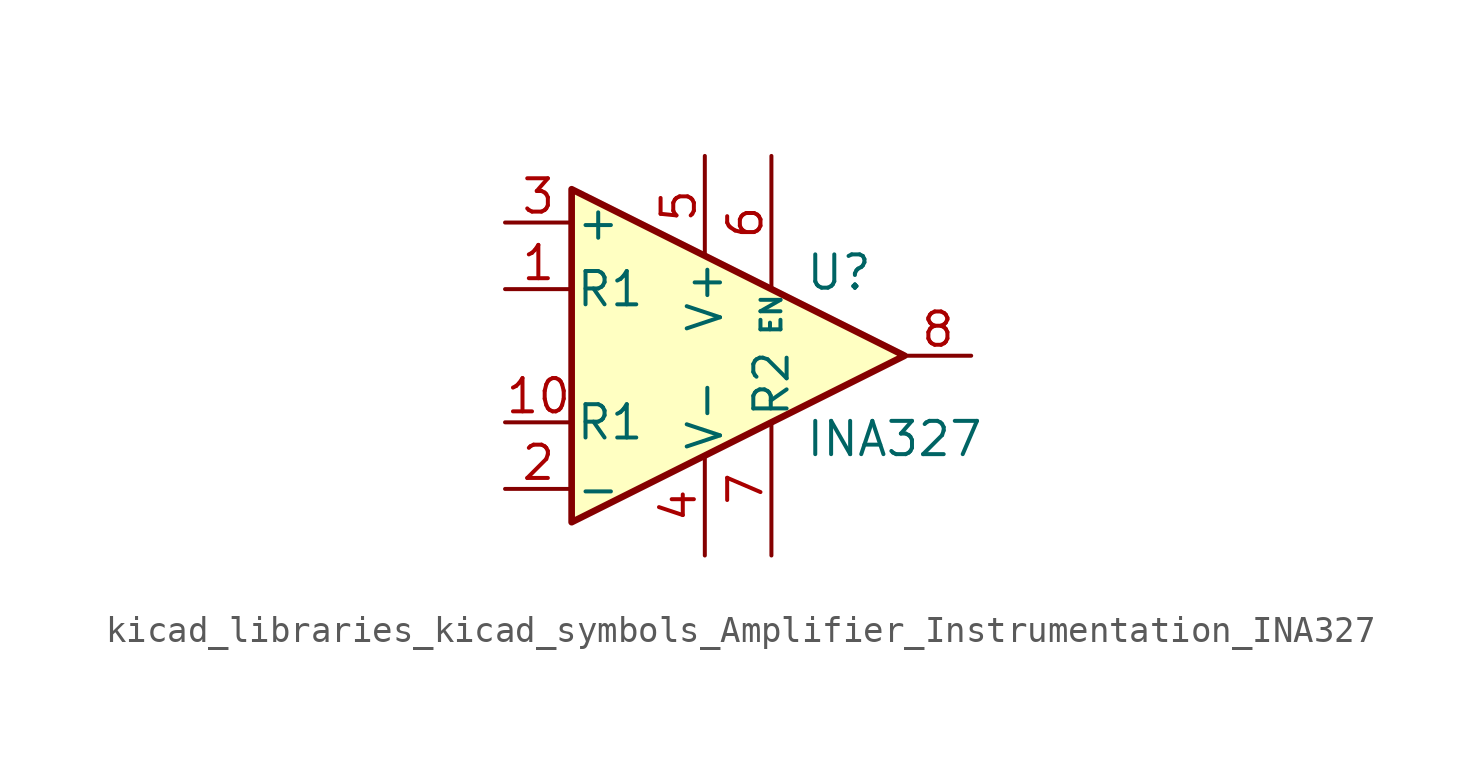
<source format=kicad_sym>
(kicad_symbol_lib
  (version 20220914)
  (generator kicad_symbol_editor)
  (symbol "kicad_libraries_kicad_symbols_Amplifier_Instrumentation_INA327"
    (pin_names
      (offset 0.127))
    (property "Reference" "U"
      (at 3.81 3.175 0)
      (effects (font (size 1.27 1.27)) (justify left)))
    (property "Value" "INA327"
      (at 3.81 -3.175 0)
      (effects (font (size 1.27 1.27)) (justify left)))
    (symbol "kicad_libraries_kicad_symbols_Amplifier_Instrumentation_INA327_0_1"
      (polyline (pts (xy 7.62 0) (xy -5.08 6.35) (xy -5.08 -6.35) (xy 7.62 0)) (stroke (width 0.254) (type default)) (fill (type background))))
    (symbol "kicad_libraries_kicad_symbols_Amplifier_Instrumentation_INA327_1_1"
      (pin passive line (at -7.62 2.54 0) (length 2.54) (name "R1" (effects (font (size 1.27 1.27)))) (number "1" (effects (font (size 1.27 1.27)))))
      (pin passive line (at -7.62 -2.54 0) (length 2.54) (name "R1" (effects (font (size 1.27 1.27)))) (number "10" (effects (font (size 1.27 1.27)))))
      (pin input line (at -7.62 -5.08 0) (length 2.54) (name "-" (effects (font (size 1.27 1.27)))) (number "2" (effects (font (size 1.27 1.27)))))
      (pin input line (at -7.62 5.08 0) (length 2.54) (name "+" (effects (font (size 1.27 1.27)))) (number "3" (effects (font (size 1.27 1.27)))))
      (pin power_in line (at 0 -7.62 90) (length 3.81) (name "V-" (effects (font (size 1.27 1.27)))) (number "4" (effects (font (size 1.27 1.27)))))
      (pin power_in line (at 0 7.62 270) (length 3.81) (name "V+" (effects (font (size 1.27 1.27)))) (number "5" (effects (font (size 1.27 1.27)))))
      (pin input line (at 2.54 7.62 270) (length 5.08) (name "EN" (effects (font (size 0.762 0.762)))) (number "6" (effects (font (size 1.27 1.27)))))
      (pin input line (at 2.54 -7.62 90) (length 5.08) (name "R2" (effects (font (size 1.27 1.27)))) (number "7" (effects (font (size 1.27 1.27)))))
      (pin output line (at 10.16 0 180) (length 2.54) (name "~" (effects (font (size 1.27 1.27)))) (number "8" (effects (font (size 1.27 1.27)))))
      (pin passive line (at 0 7.62 270) (length 3.81) hide (name "V+" (effects (font (size 1.27 1.27)))) (number "9" (effects (font (size 1.27 1.27))))))))
</source>
